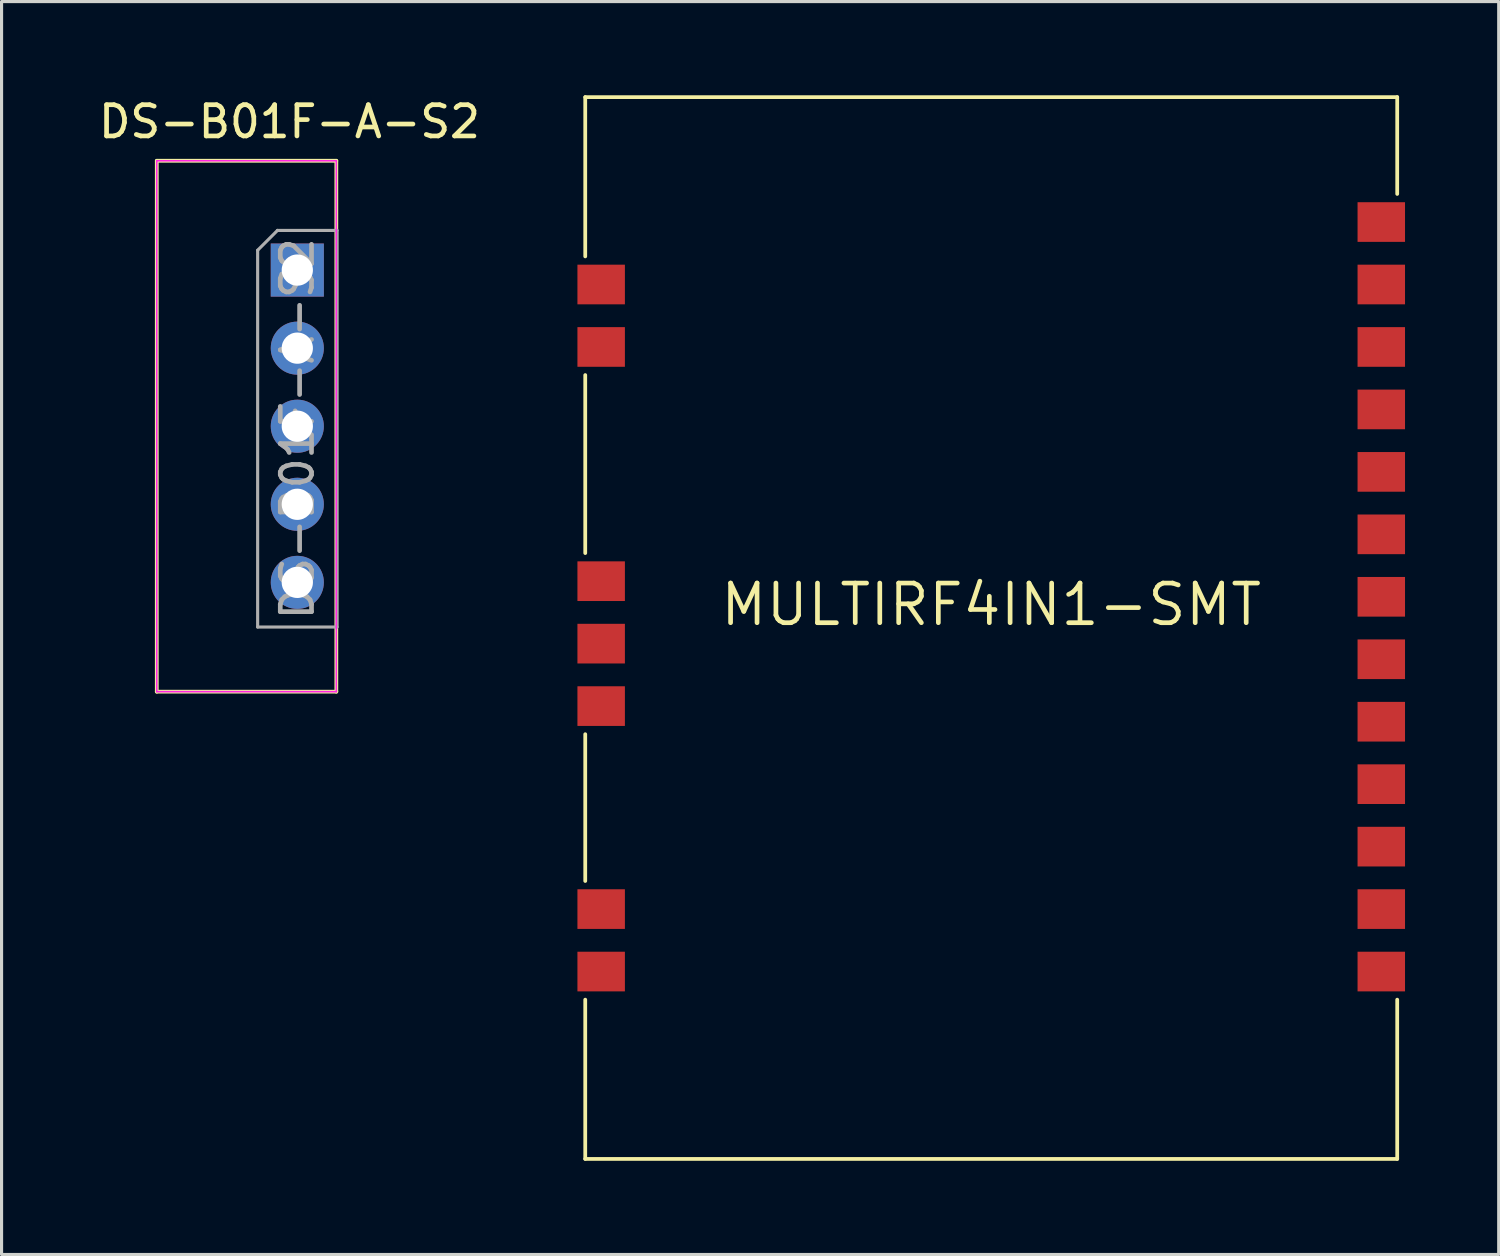
<source format=kicad_pcb>
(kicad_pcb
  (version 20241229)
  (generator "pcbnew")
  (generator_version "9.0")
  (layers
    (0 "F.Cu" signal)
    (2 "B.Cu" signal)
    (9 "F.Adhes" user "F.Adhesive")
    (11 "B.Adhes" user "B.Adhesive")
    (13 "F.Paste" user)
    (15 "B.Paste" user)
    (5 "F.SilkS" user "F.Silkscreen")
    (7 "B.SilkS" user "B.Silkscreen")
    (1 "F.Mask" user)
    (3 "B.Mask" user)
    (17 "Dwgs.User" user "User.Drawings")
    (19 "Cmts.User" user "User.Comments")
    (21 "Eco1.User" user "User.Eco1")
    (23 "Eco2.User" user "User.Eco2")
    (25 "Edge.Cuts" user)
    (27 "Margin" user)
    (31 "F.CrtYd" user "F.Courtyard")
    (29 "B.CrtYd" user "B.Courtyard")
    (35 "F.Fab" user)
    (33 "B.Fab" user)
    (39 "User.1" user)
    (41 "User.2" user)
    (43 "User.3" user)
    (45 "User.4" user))
  (footprint "DS-B01F-A-S2"
    (layer "F.Cu")
    (at 6.47 5.598)
    (property "Reference" "DS-B01F-A-S2" (at -0.25 -4.75 0) (layer "F.SilkS") (effects (font (size 1 1) (thickness 0.15))))
    (attr through_hole)
    (fp_line (start -4.5 -3.5) (end -4.5 13.5) (stroke (width 0.12) (type solid)) (layer "F.SilkS"))
    (fp_line (start -4.5 -3.5) (end 1.25 -3.5) (stroke (width 0.12) (type solid)) (layer "F.SilkS"))
    (fp_line (start -4.5 13.5) (end 1.25 13.5) (stroke (width 0.12) (type solid)) (layer "F.SilkS"))
    (fp_line (start 1.25 -3.5) (end 1.25 13.5) (stroke (width 0.12) (type solid)) (layer "F.SilkS"))
    (fp_line (start -4.5 -3.5) (end -4.5 13.5) (stroke (width 0.05) (type solid)) (layer "F.CrtYd"))
    (fp_line (start -4.5 13.5) (end 1.25 13.5) (stroke (width 0.05) (type solid)) (layer "F.CrtYd"))
    (fp_line (start 1.25 -3.5) (end -4.5 -3.5) (stroke (width 0.05) (type solid)) (layer "F.CrtYd"))
    (fp_line (start 1.25 13.5) (end 1.25 -3.5) (stroke (width 0.05) (type solid)) (layer "F.CrtYd"))
    (fp_line (start -1.27 -0.635) (end -0.635 -1.27) (stroke (width 0.1) (type solid)) (layer "F.Fab"))
    (fp_line (start -1.27 11.43) (end -1.27 -0.635) (stroke (width 0.1) (type solid)) (layer "F.Fab"))
    (fp_line (start -0.635 -1.27) (end 1.27 -1.27) (stroke (width 0.1) (type solid)) (layer "F.Fab"))
    (fp_line (start 1.27 -1.27) (end 1.27 11.43) (stroke (width 0.1) (type solid)) (layer "F.Fab"))
    (fp_line (start 1.27 11.43) (end -1.27 11.43) (stroke (width 0.1) (type solid)) (layer "F.Fab"))
    (fp_text user "${REFERENCE}" (at 0 5.08 90) (layer "F.Fab") (effects (font (size 1 1) (thickness 0.15))))
    (pad "1" thru_hole rect (at 0 0) (size 1.7 1.7) (drill 1) (layers "*.Cu" "*.Mask"))
    (pad "2" thru_hole oval (at 0 2.5) (size 1.7 1.7) (drill 1) (layers "*.Cu" "*.Mask"))
    (pad "3" thru_hole oval (at 0 5) (size 1.7 1.7) (drill 1) (layers "*.Cu" "*.Mask"))
    (pad "4" thru_hole oval (at 0 7.5) (size 1.7 1.7) (drill 1) (layers "*.Cu" "*.Mask"))
    (pad "5" thru_hole oval (at 0 10) (size 1.7 1.7) (drill 1) (layers "*.Cu" "*.Mask")))
  (footprint "MULTIRF4IN1-SMT"
    (layer "F.Cu")
    (at 28.69 17.06)
    (property "Reference" "MULTIRF4IN1-SMT" (at 0 -0.75 0) (layer "F.SilkS") (effects (font (size 1.27 1.27) (thickness 0.15))))
    (fp_line (start -13 -17) (end -13 -11.9) (stroke (width 0.12) (type solid)) (layer "F.SilkS"))
    (fp_line (start -13 -8.1) (end -13 -2.4) (stroke (width 0.12) (type solid)) (layer "F.SilkS"))
    (fp_line (start -13 3.4) (end -13 8.1) (stroke (width 0.12) (type solid)) (layer "F.SilkS"))
    (fp_line (start -13 11.9) (end -13 17) (stroke (width 0.12) (type solid)) (layer "F.SilkS"))
    (fp_line (start 13 -17) (end -13 -17) (stroke (width 0.12) (type solid)) (layer "F.SilkS"))
    (fp_line (start 13 -17) (end 13 -13.9) (stroke (width 0.12) (type solid)) (layer "F.SilkS"))
    (fp_line (start 13 11.9) (end 13 17) (stroke (width 0.12) (type solid)) (layer "F.SilkS"))
    (fp_line (start 13 17) (end -13 17) (stroke (width 0.12) (type solid)) (layer "F.SilkS"))
    (pad "CE_2401" smd rect (at 12.49 -13) (size 1.52 1.27) (layers "F.Cu" "F.Mask" "F.Paste"))
    (pad "CS_2401" smd rect (at 12.49 -1) (size 1.52 1.27) (layers "F.Cu" "F.Mask" "F.Paste"))
    (pad "CS_2500" smd rect (at 12.49 1) (size 1.52 1.27) (layers "F.Cu" "F.Mask" "F.Paste"))
    (pad "CS_6936" smd rect (at 12.49 -3) (size 1.52 1.27) (layers "F.Cu" "F.Mask" "F.Paste"))
    (pad "CS_7105" smd rect (at 12.49 3) (size 1.52 1.27) (layers "F.Cu" "F.Mask" "F.Paste"))
    (pad "GND" smd rect (at 12.49 9) (size 1.52 1.27) (layers "F.Cu" "F.Mask" "F.Paste"))
    (pad "GND@1" smd rect (at -12.49 -11) (size 1.52 1.27) (layers "F.Cu" "F.Mask" "F.Paste"))
    (pad "GND@2" smd rect (at -12.49 -9) (size 1.52 1.27) (layers "F.Cu" "F.Mask" "F.Paste"))
    (pad "GND@3" smd rect (at -12.49 -1.5) (size 1.52 1.27) (layers "F.Cu" "F.Mask" "F.Paste"))
    (pad "GND@4" smd rect (at -12.49 2.5) (size 1.52 1.27) (layers "F.Cu" "F.Mask" "F.Paste"))
    (pad "GND@5" smd rect (at -12.49 9) (size 1.52 1.27) (layers "F.Cu" "F.Mask" "F.Paste"))
    (pad "GND@6" smd rect (at -12.49 11) (size 1.52 1.27) (layers "F.Cu" "F.Mask" "F.Paste"))
    (pad "MISO" smd rect (at 12.49 -9) (size 1.52 1.27) (layers "F.Cu" "F.Mask" "F.Paste"))
    (pad "MOSI" smd rect (at 12.49 -7) (size 1.52 1.27) (layers "F.Cu" "F.Mask" "F.Paste"))
    (pad "PE1" smd rect (at 12.49 7) (size 1.52 1.27) (layers "F.Cu" "F.Mask" "F.Paste"))
    (pad "PE2" smd rect (at 12.49 5) (size 1.52 1.27) (layers "F.Cu" "F.Mask" "F.Paste"))
    (pad "RF" smd rect (at -12.49 0.5) (size 1.52 1.27) (layers "F.Cu" "F.Mask" "F.Paste"))
    (pad "RST_CYFR" smd rect (at 12.49 -11) (size 1.52 1.27) (layers "F.Cu" "F.Mask" "F.Paste"))
    (pad "SCK" smd rect (at 12.49 -5) (size 1.52 1.27) (layers "F.Cu" "F.Mask" "F.Paste"))
    (pad "VCC" smd rect (at 12.49 11) (size 1.52 1.27) (layers "F.Cu" "F.Mask" "F.Paste")))
  (gr_rect
    (start -3 -3)
    (end 44.94 37.12)
    (stroke (width 0.1) (type default))
    (fill no)
    (layer "Edge.Cuts")))
</source>
